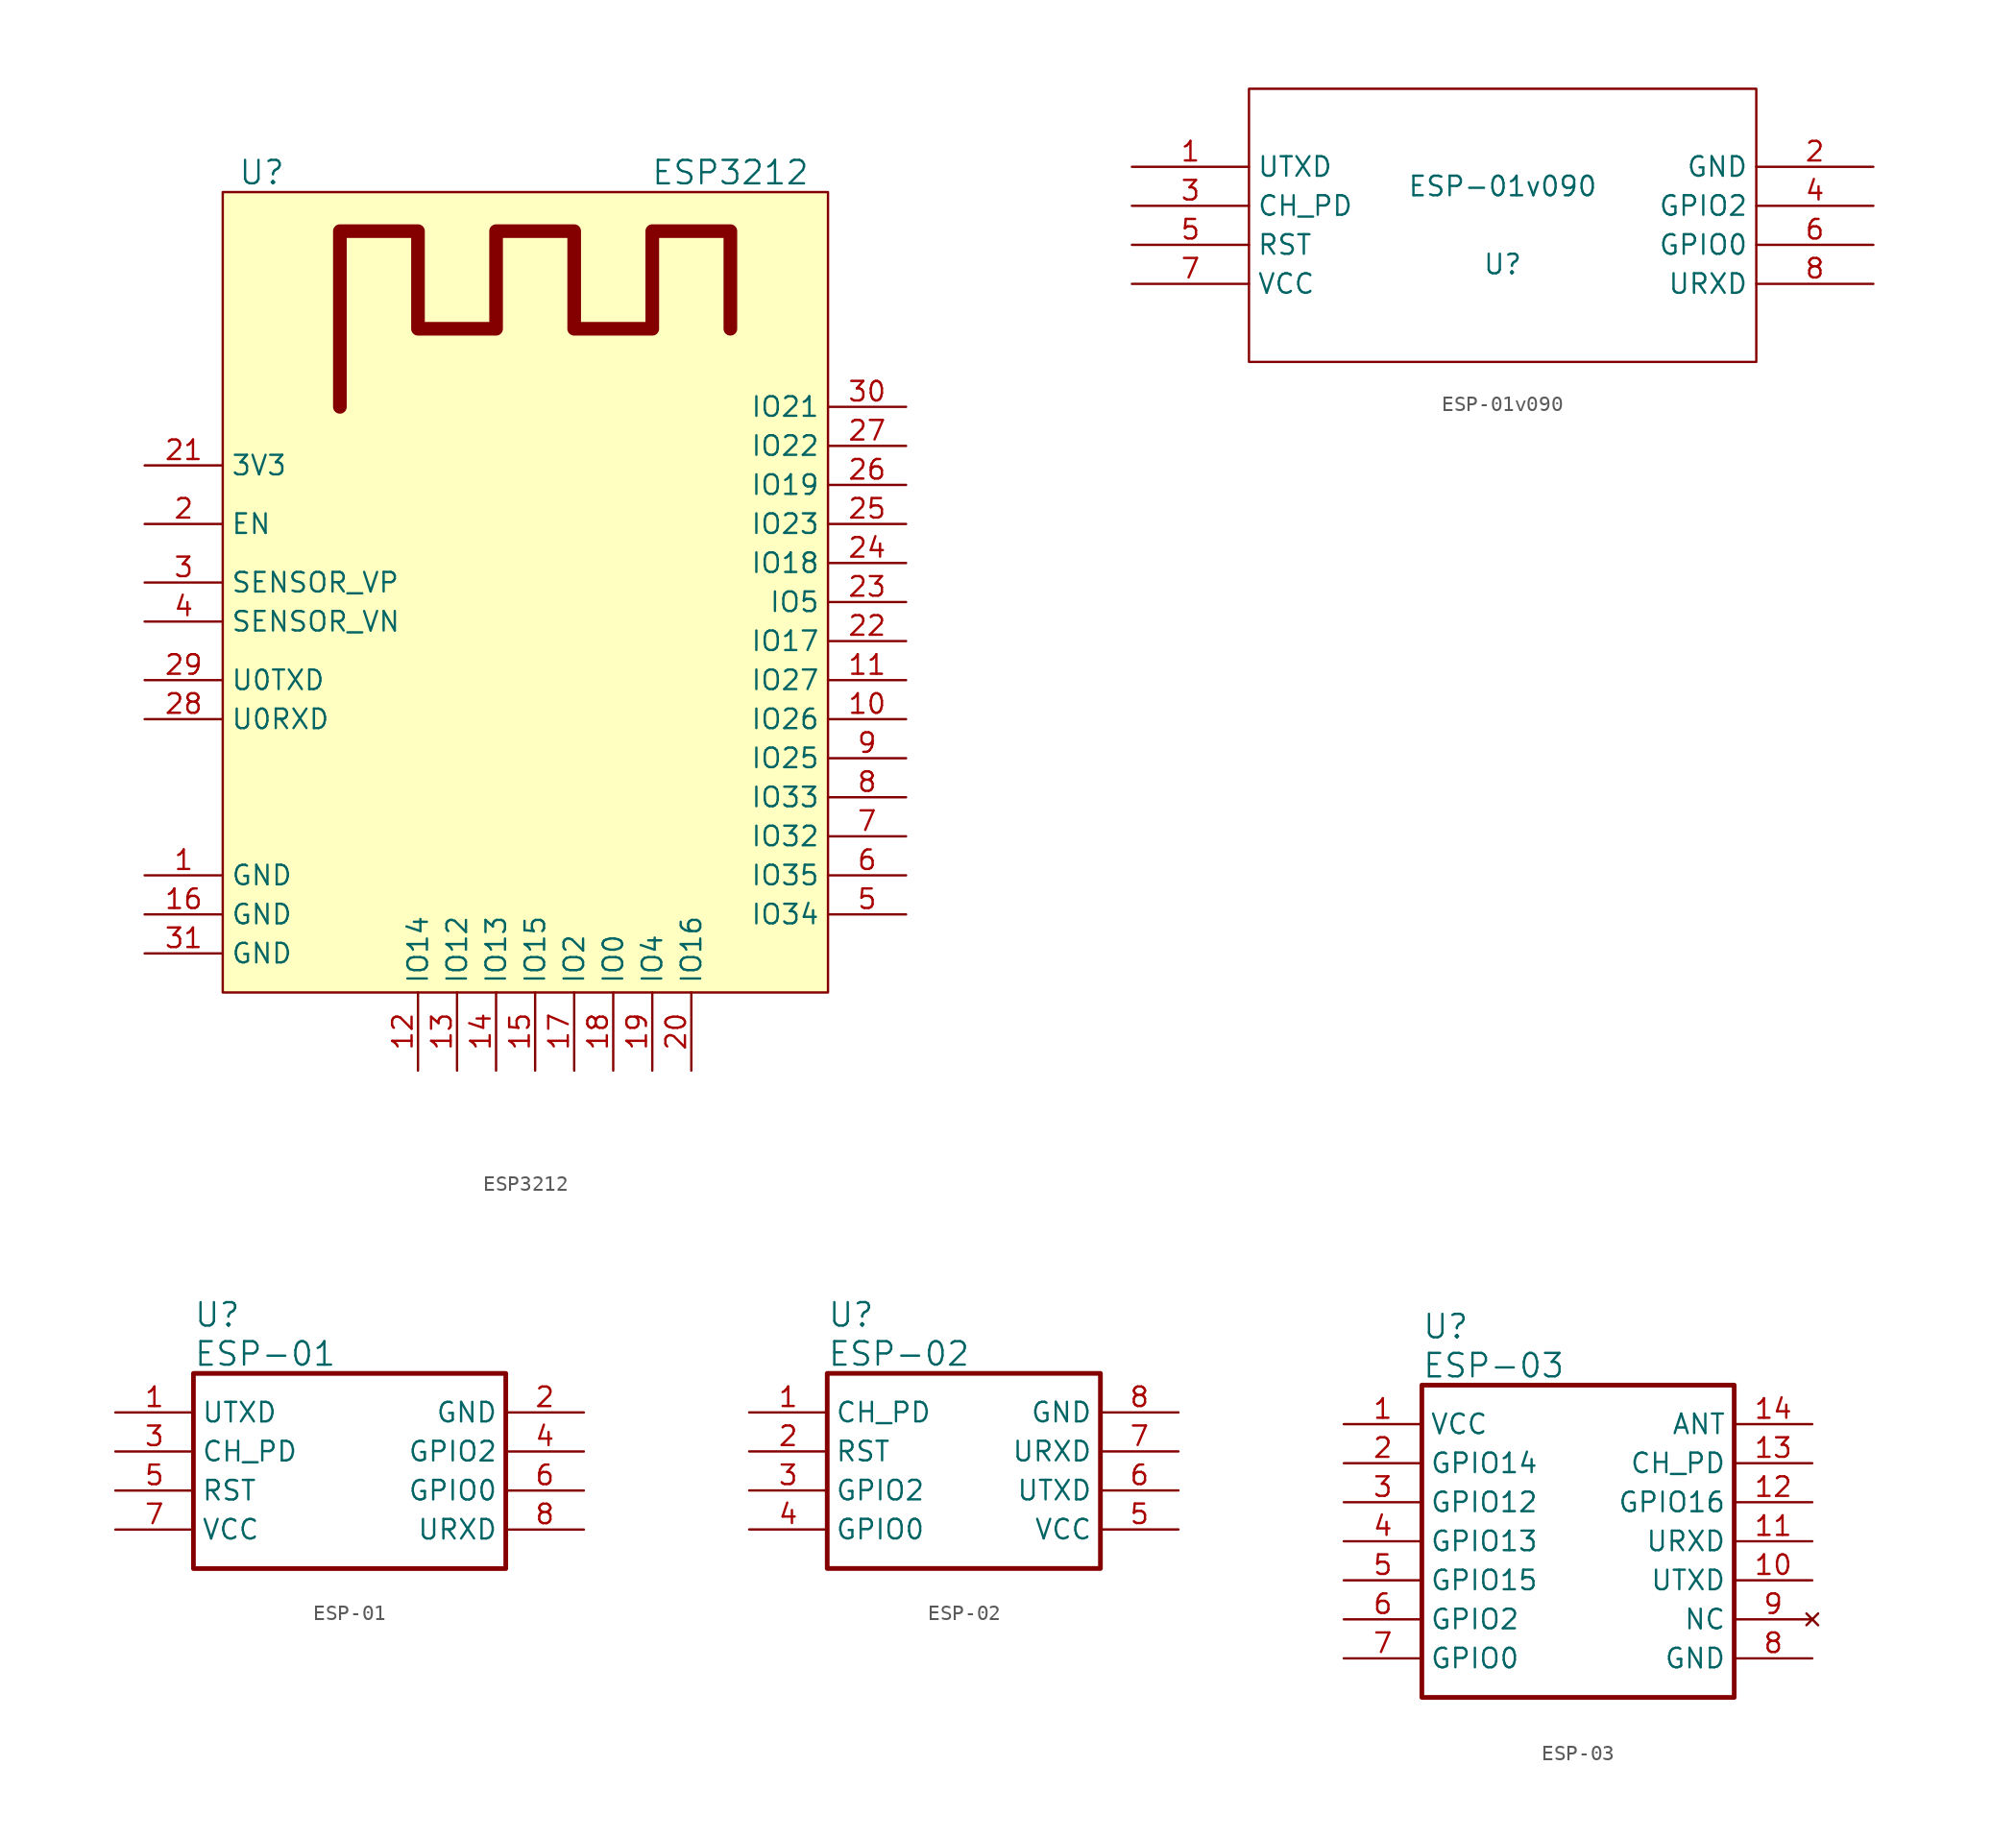
<source format=kicad_sym>
(kicad_symbol_lib
  (version 20201005)
  (generator kicad_symbol_editor)
  (symbol "Zimprich_neu:ESP3212"
    (property "Reference" "U"
      (at -17.78 31.75 0)
      (effects (font (size 1.524 1.524))))
    (property "Value" "ESP3212"
      (at 12.7 31.75 0)
      (effects (font (size 1.524 1.524))))
    (symbol "ESP3212_0_1"
      (rectangle (start -20.32 30.48) (end 19.05 -21.59) (stroke (width 0)) (fill (type background)))
      (polyline (pts (xy -12.7 16.51) (xy -12.7 27.94) (xy -7.62 27.94) (xy -7.62 21.59) (xy -2.54 21.59) (xy -2.54 27.94) (xy 2.54 27.94) (xy 2.54 21.59) (xy 7.62 21.59) (xy 7.62 27.94) (xy 12.7 27.94) (xy 12.7 21.59)) (stroke (width 0.889)) (fill (type none))))
    (symbol "ESP3212_1_1"
      (pin power_in line (at -25.4 -13.97 0) (length 5.08) (name "GND" (effects (font (size 1.27 1.27)))) (number "1" (effects (font (size 1.27 1.27)))))
      (pin bidirectional line (at 24.13 -3.81 180) (length 5.08) (name "IO26" (effects (font (size 1.27 1.27)))) (number "10" (effects (font (size 1.27 1.27)))))
      (pin bidirectional line (at 24.13 -1.27 180) (length 5.08) (name "IO27" (effects (font (size 1.27 1.27)))) (number "11" (effects (font (size 1.27 1.27)))))
      (pin bidirectional line (at -7.62 -26.67 90) (length 5.08) (name "IO14" (effects (font (size 1.27 1.27)))) (number "12" (effects (font (size 1.27 1.27)))))
      (pin bidirectional line (at -5.08 -26.67 90) (length 5.08) (name "IO12" (effects (font (size 1.27 1.27)))) (number "13" (effects (font (size 1.27 1.27)))))
      (pin bidirectional line (at -2.54 -26.67 90) (length 5.08) (name "IO13" (effects (font (size 1.27 1.27)))) (number "14" (effects (font (size 1.27 1.27)))))
      (pin bidirectional line (at 0 -26.67 90) (length 5.08) (name "IO15" (effects (font (size 1.27 1.27)))) (number "15" (effects (font (size 1.27 1.27)))))
      (pin power_in line (at -25.4 -16.51 0) (length 5.08) (name "GND" (effects (font (size 1.27 1.27)))) (number "16" (effects (font (size 1.27 1.27)))))
      (pin bidirectional line (at 2.54 -26.67 90) (length 5.08) (name "IO2" (effects (font (size 1.27 1.27)))) (number "17" (effects (font (size 1.27 1.27)))))
      (pin bidirectional line (at 5.08 -26.67 90) (length 5.08) (name "IO0" (effects (font (size 1.27 1.27)))) (number "18" (effects (font (size 1.27 1.27)))))
      (pin bidirectional line (at 7.62 -26.67 90) (length 5.08) (name "IO4" (effects (font (size 1.27 1.27)))) (number "19" (effects (font (size 1.27 1.27)))))
      (pin input line (at -25.4 8.89 0) (length 5.08) (name "EN" (effects (font (size 1.27 1.27)))) (number "2" (effects (font (size 1.27 1.27)))))
      (pin bidirectional line (at 10.16 -26.67 90) (length 5.08) (name "IO16" (effects (font (size 1.27 1.27)))) (number "20" (effects (font (size 1.27 1.27)))))
      (pin power_in line (at -25.4 12.7 0) (length 5.08) (name "3V3" (effects (font (size 1.27 1.27)))) (number "21" (effects (font (size 1.27 1.27)))))
      (pin bidirectional line (at 24.13 1.27 180) (length 5.08) (name "IO17" (effects (font (size 1.27 1.27)))) (number "22" (effects (font (size 1.27 1.27)))))
      (pin bidirectional line (at 24.13 3.81 180) (length 5.08) (name "IO5" (effects (font (size 1.27 1.27)))) (number "23" (effects (font (size 1.27 1.27)))))
      (pin bidirectional line (at 24.13 6.35 180) (length 5.08) (name "IO18" (effects (font (size 1.27 1.27)))) (number "24" (effects (font (size 1.27 1.27)))))
      (pin bidirectional line (at 24.13 8.89 180) (length 5.08) (name "IO23" (effects (font (size 1.27 1.27)))) (number "25" (effects (font (size 1.27 1.27)))))
      (pin bidirectional line (at 24.13 11.43 180) (length 5.08) (name "IO19" (effects (font (size 1.27 1.27)))) (number "26" (effects (font (size 1.27 1.27)))))
      (pin bidirectional line (at 24.13 13.97 180) (length 5.08) (name "IO22" (effects (font (size 1.27 1.27)))) (number "27" (effects (font (size 1.27 1.27)))))
      (pin bidirectional line (at -25.4 -3.81 0) (length 5.08) (name "U0RXD" (effects (font (size 1.27 1.27)))) (number "28" (effects (font (size 1.27 1.27)))))
      (pin bidirectional line (at -25.4 -1.27 0) (length 5.08) (name "U0TXD" (effects (font (size 1.27 1.27)))) (number "29" (effects (font (size 1.27 1.27)))))
      (pin input line (at -25.4 5.08 0) (length 5.08) (name "SENSOR_VP" (effects (font (size 1.27 1.27)))) (number "3" (effects (font (size 1.27 1.27)))))
      (pin bidirectional line (at 24.13 16.51 180) (length 5.08) (name "IO21" (effects (font (size 1.27 1.27)))) (number "30" (effects (font (size 1.27 1.27)))))
      (pin power_in line (at -25.4 -19.05 0) (length 5.08) (name "GND" (effects (font (size 1.27 1.27)))) (number "31" (effects (font (size 1.27 1.27)))))
      (pin input line (at -25.4 2.54 0) (length 5.08) (name "SENSOR_VN" (effects (font (size 1.27 1.27)))) (number "4" (effects (font (size 1.27 1.27)))))
      (pin bidirectional line (at 24.13 -16.51 180) (length 5.08) (name "IO34" (effects (font (size 1.27 1.27)))) (number "5" (effects (font (size 1.27 1.27)))))
      (pin bidirectional line (at 24.13 -13.97 180) (length 5.08) (name "IO35" (effects (font (size 1.27 1.27)))) (number "6" (effects (font (size 1.27 1.27)))))
      (pin bidirectional line (at 24.13 -11.43 180) (length 5.08) (name "IO32" (effects (font (size 1.27 1.27)))) (number "7" (effects (font (size 1.27 1.27)))))
      (pin bidirectional line (at 24.13 -8.89 180) (length 5.08) (name "IO33" (effects (font (size 1.27 1.27)))) (number "8" (effects (font (size 1.27 1.27)))))
      (pin bidirectional line (at 24.13 -6.35 180) (length 5.08) (name "IO25" (effects (font (size 1.27 1.27)))) (number "9" (effects (font (size 1.27 1.27)))))))
  (symbol "Zimprich_neu:ESP-01v090"
    (property "Reference" "U"
      (at 0 -2.54 0)
      (effects (font (size 1.27 1.27))))
    (property "Value" "ESP-01v090"
      (at 0 2.54 0)
      (effects (font (size 1.27 1.27))))
    (symbol "ESP-01v090_1_0"
      (rectangle (start -16.51 -8.89) (end 16.51 8.89) (stroke (width 0)) (fill (type none))))
    (symbol "ESP-01v090_1_1"
      (pin output line (at -24.13 3.81 0) (length 7.62) (name "UTXD" (effects (font (size 1.27 1.27)))) (number "1" (effects (font (size 1.27 1.27)))))
      (pin power_in line (at 24.13 3.81 180) (length 7.62) (name "GND" (effects (font (size 1.27 1.27)))) (number "2" (effects (font (size 1.27 1.27)))))
      (pin input line (at -24.13 1.27 0) (length 7.62) (name "CH_PD" (effects (font (size 1.27 1.27)))) (number "3" (effects (font (size 1.27 1.27)))))
      (pin tri_state line (at 24.13 1.27 180) (length 7.62) (name "GPIO2" (effects (font (size 1.27 1.27)))) (number "4" (effects (font (size 1.27 1.27)))))
      (pin input line (at -24.13 -1.27 0) (length 7.62) (name "RST" (effects (font (size 1.27 1.27)))) (number "5" (effects (font (size 1.27 1.27)))))
      (pin tri_state line (at 24.13 -1.27 180) (length 7.62) (name "GPIO0" (effects (font (size 1.27 1.27)))) (number "6" (effects (font (size 1.27 1.27)))))
      (pin power_in line (at -24.13 -3.81 0) (length 7.62) (name "VCC" (effects (font (size 1.27 1.27)))) (number "7" (effects (font (size 1.27 1.27)))))
      (pin input line (at 24.13 -3.81 180) (length 7.62) (name "URXD" (effects (font (size 1.27 1.27)))) (number "8" (effects (font (size 1.27 1.27)))))))
  (symbol "Zimprich_neu:ESP-01"
    (property "Reference" "U"
      (at 5.08 6.35 0)
      (effects (font (size 1.524 1.524)) (justify left)))
    (property "Value" "ESP-01"
      (at 5.08 3.81 0)
      (effects (font (size 1.524 1.524)) (justify left)))
    (property "ki_locked" ""
      (at 0 0 0)
      (effects (font (size 1.27 1.27))))
    (symbol "ESP-01_1_1"
      (rectangle (start 5.08 2.54) (end 25.4 -10.16) (stroke (width 0.305)) (fill (type none)))
      (pin output line (at 0 0 0) (length 5.08) (name "UTXD" (effects (font (size 1.27 1.27)))) (number "1" (effects (font (size 1.27 1.27)))))
      (pin power_in line (at 30.48 0 180) (length 5.08) (name "GND" (effects (font (size 1.27 1.27)))) (number "2" (effects (font (size 1.27 1.27)))))
      (pin input line (at 0 -2.54 0) (length 5.08) (name "CH_PD" (effects (font (size 1.27 1.27)))) (number "3" (effects (font (size 1.27 1.27)))))
      (pin tri_state line (at 30.48 -2.54 180) (length 5.08) (name "GPIO2" (effects (font (size 1.27 1.27)))) (number "4" (effects (font (size 1.27 1.27)))))
      (pin input line (at 0 -5.08 0) (length 5.08) (name "RST" (effects (font (size 1.27 1.27)))) (number "5" (effects (font (size 1.27 1.27)))))
      (pin tri_state line (at 30.48 -5.08 180) (length 5.08) (name "GPIO0" (effects (font (size 1.27 1.27)))) (number "6" (effects (font (size 1.27 1.27)))))
      (pin power_in line (at 0 -7.62 0) (length 5.08) (name "VCC" (effects (font (size 1.27 1.27)))) (number "7" (effects (font (size 1.27 1.27)))))
      (pin input line (at 30.48 -7.62 180) (length 5.08) (name "URXD" (effects (font (size 1.27 1.27)))) (number "8" (effects (font (size 1.27 1.27)))))))
  (symbol "Zimprich_neu:ESP-02"
    (property "Reference" "U"
      (at 5.08 6.35 0)
      (effects (font (size 1.524 1.524)) (justify left)))
    (property "Value" "ESP-02"
      (at 5.08 3.81 0)
      (effects (font (size 1.524 1.524)) (justify left)))
    (property "ki_locked" ""
      (at 0 0 0)
      (effects (font (size 1.27 1.27))))
    (symbol "ESP-02_1_1"
      (rectangle (start 5.08 2.54) (end 22.86 -10.16) (stroke (width 0.305)) (fill (type none)))
      (pin input line (at 0 0 0) (length 5.08) (name "CH_PD" (effects (font (size 1.27 1.27)))) (number "1" (effects (font (size 1.27 1.27)))))
      (pin input line (at 0 -2.54 0) (length 5.08) (name "RST" (effects (font (size 1.27 1.27)))) (number "2" (effects (font (size 1.27 1.27)))))
      (pin bidirectional line (at 0 -5.08 0) (length 5.08) (name "GPIO2" (effects (font (size 1.27 1.27)))) (number "3" (effects (font (size 1.27 1.27)))))
      (pin bidirectional line (at 0 -7.62 0) (length 5.08) (name "GPIO0" (effects (font (size 1.27 1.27)))) (number "4" (effects (font (size 1.27 1.27)))))
      (pin power_in line (at 27.94 -7.62 180) (length 5.08) (name "VCC" (effects (font (size 1.27 1.27)))) (number "5" (effects (font (size 1.27 1.27)))))
      (pin output line (at 27.94 -5.08 180) (length 5.08) (name "UTXD" (effects (font (size 1.27 1.27)))) (number "6" (effects (font (size 1.27 1.27)))))
      (pin input line (at 27.94 -2.54 180) (length 5.08) (name "URXD" (effects (font (size 1.27 1.27)))) (number "7" (effects (font (size 1.27 1.27)))))
      (pin power_in line (at 27.94 0 180) (length 5.08) (name "GND" (effects (font (size 1.27 1.27)))) (number "8" (effects (font (size 1.27 1.27)))))))
  (symbol "Zimprich_neu:ESP-03"
    (property "Reference" "U"
      (at 5.08 6.35 0)
      (effects (font (size 1.524 1.524)) (justify left)))
    (property "Value" "ESP-03"
      (at 5.08 3.81 0)
      (effects (font (size 1.524 1.524)) (justify left)))
    (property "ki_locked" ""
      (at 0 0 0)
      (effects (font (size 1.27 1.27))))
    (symbol "ESP-03_1_1"
      (rectangle (start 5.08 2.54) (end 25.4 -17.78) (stroke (width 0.305)) (fill (type none)))
      (pin power_in line (at 0 0 0) (length 5.08) (name "VCC" (effects (font (size 1.27 1.27)))) (number "1" (effects (font (size 1.27 1.27)))))
      (pin output line (at 30.48 -10.16 180) (length 5.08) (name "UTXD" (effects (font (size 1.27 1.27)))) (number "10" (effects (font (size 1.27 1.27)))))
      (pin input line (at 30.48 -7.62 180) (length 5.08) (name "URXD" (effects (font (size 1.27 1.27)))) (number "11" (effects (font (size 1.27 1.27)))))
      (pin bidirectional line (at 30.48 -5.08 180) (length 5.08) (name "GPIO16" (effects (font (size 1.27 1.27)))) (number "12" (effects (font (size 1.27 1.27)))))
      (pin input line (at 30.48 -2.54 180) (length 5.08) (name "CH_PD" (effects (font (size 1.27 1.27)))) (number "13" (effects (font (size 1.27 1.27)))))
      (pin unspecified line (at 30.48 0 180) (length 5.08) (name "ANT" (effects (font (size 1.27 1.27)))) (number "14" (effects (font (size 1.27 1.27)))))
      (pin bidirectional line (at 0 -2.54 0) (length 5.08) (name "GPIO14" (effects (font (size 1.27 1.27)))) (number "2" (effects (font (size 1.27 1.27)))))
      (pin bidirectional line (at 0 -5.08 0) (length 5.08) (name "GPIO12" (effects (font (size 1.27 1.27)))) (number "3" (effects (font (size 1.27 1.27)))))
      (pin bidirectional line (at 0 -7.62 0) (length 5.08) (name "GPIO13" (effects (font (size 1.27 1.27)))) (number "4" (effects (font (size 1.27 1.27)))))
      (pin bidirectional line (at 0 -10.16 0) (length 5.08) (name "GPIO15" (effects (font (size 1.27 1.27)))) (number "5" (effects (font (size 1.27 1.27)))))
      (pin bidirectional line (at 0 -12.7 0) (length 5.08) (name "GPIO2" (effects (font (size 1.27 1.27)))) (number "6" (effects (font (size 1.27 1.27)))))
      (pin bidirectional line (at 0 -15.24 0) (length 5.08) (name "GPIO0" (effects (font (size 1.27 1.27)))) (number "7" (effects (font (size 1.27 1.27)))))
      (pin power_in line (at 30.48 -15.24 180) (length 5.08) (name "GND" (effects (font (size 1.27 1.27)))) (number "8" (effects (font (size 1.27 1.27)))))
      (pin unconnected line (at 30.48 -12.7 180) (length 5.08) (name "NC" (effects (font (size 1.27 1.27)))) (number "9" (effects (font (size 1.27 1.27))))))))
</source>
